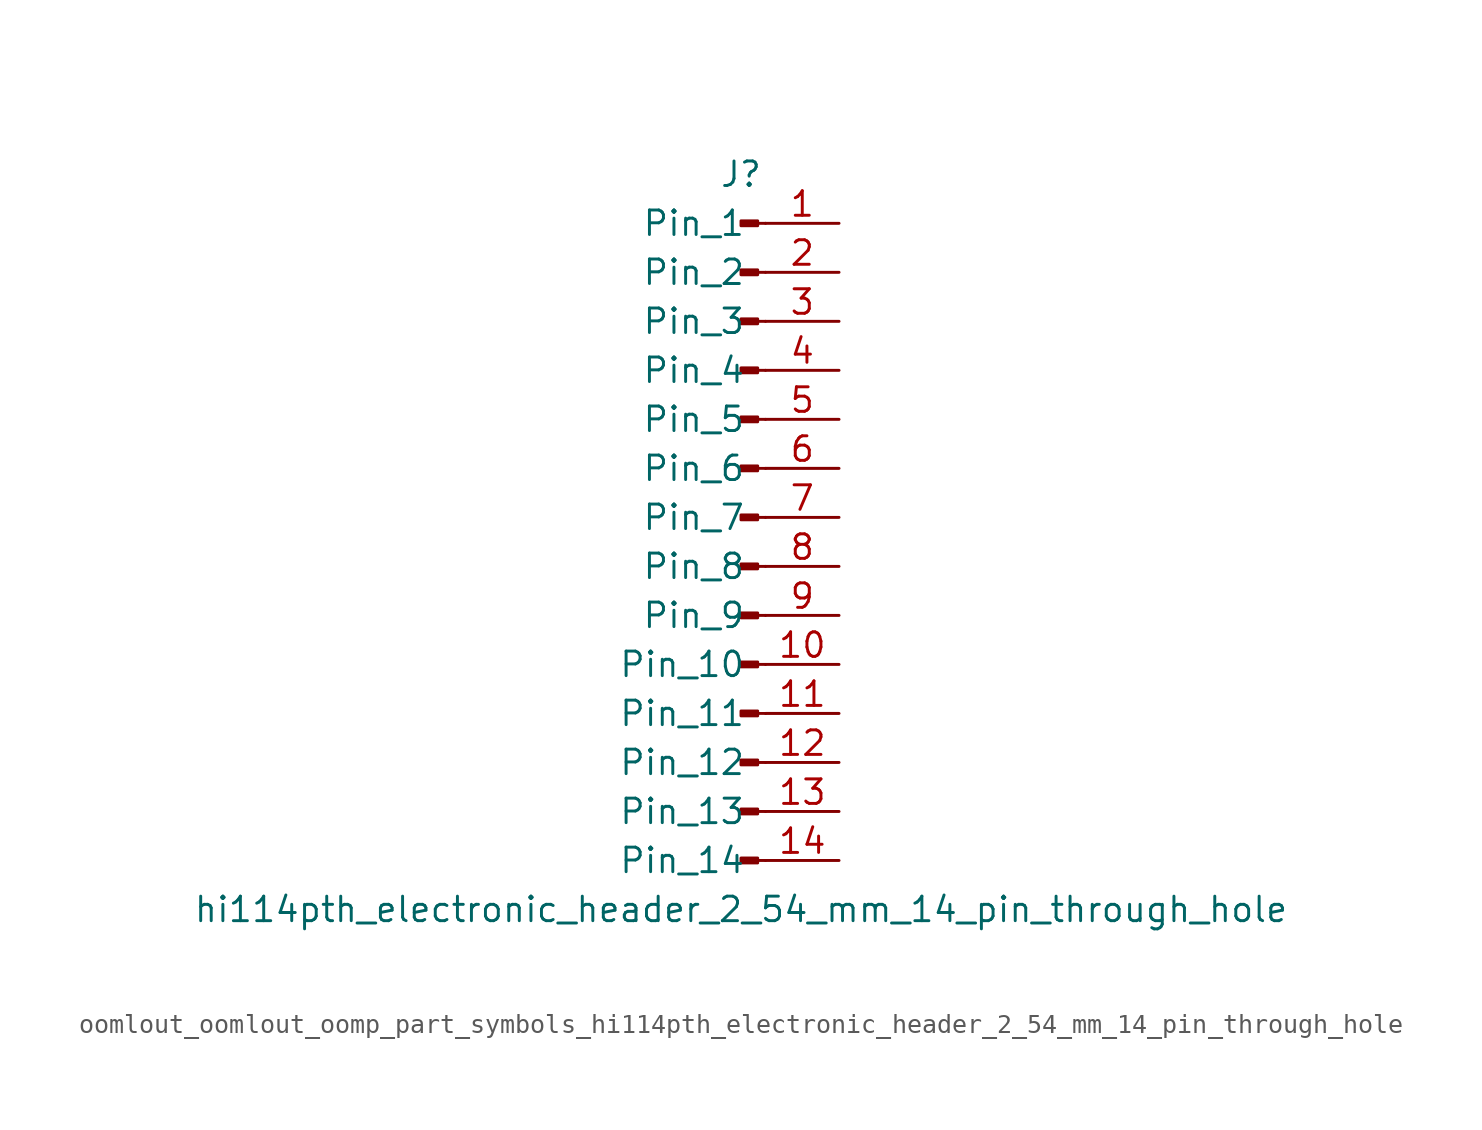
<source format=kicad_sym>
(kicad_symbol_lib
  (version 20220914)
  (generator kicad_symbol_editor)
  (symbol "oomlout_oomlout_oomp_part_symbols_hi114pth_electronic_header_2_54_mm_14_pin_through_hole"
    (pin_names
      (offset 1.016))
    (property "Reference" "J"
      (at 0 17.78 0)
      (effects (font (size 1.27 1.27))))
    (property "Value" "hi114pth_electronic_header_2_54_mm_14_pin_through_hole"
      (at 0 -20.32 0)
      (effects (font (size 1.27 1.27))))
    (property "ki_locked" ""
      (at 0 0 0)
      (effects (font (size 1.27 1.27))))
    (symbol "oomlout_oomlout_oomp_part_symbols_hi114pth_electronic_header_2_54_mm_14_pin_through_hole_1_1"
      (polyline (pts (xy 1.27 -17.78) (xy 0.864 -17.78)) (stroke (width 0.152) (type default)) (fill (type none)))
      (polyline (pts (xy 1.27 -15.24) (xy 0.864 -15.24)) (stroke (width 0.152) (type default)) (fill (type none)))
      (polyline (pts (xy 1.27 -12.7) (xy 0.864 -12.7)) (stroke (width 0.152) (type default)) (fill (type none)))
      (polyline (pts (xy 1.27 -10.16) (xy 0.864 -10.16)) (stroke (width 0.152) (type default)) (fill (type none)))
      (polyline (pts (xy 1.27 -7.62) (xy 0.864 -7.62)) (stroke (width 0.152) (type default)) (fill (type none)))
      (polyline (pts (xy 1.27 -5.08) (xy 0.864 -5.08)) (stroke (width 0.152) (type default)) (fill (type none)))
      (polyline (pts (xy 1.27 -2.54) (xy 0.864 -2.54)) (stroke (width 0.152) (type default)) (fill (type none)))
      (polyline (pts (xy 1.27 0) (xy 0.864 0)) (stroke (width 0.152) (type default)) (fill (type none)))
      (polyline (pts (xy 1.27 2.54) (xy 0.864 2.54)) (stroke (width 0.152) (type default)) (fill (type none)))
      (polyline (pts (xy 1.27 5.08) (xy 0.864 5.08)) (stroke (width 0.152) (type default)) (fill (type none)))
      (polyline (pts (xy 1.27 7.62) (xy 0.864 7.62)) (stroke (width 0.152) (type default)) (fill (type none)))
      (polyline (pts (xy 1.27 10.16) (xy 0.864 10.16)) (stroke (width 0.152) (type default)) (fill (type none)))
      (polyline (pts (xy 1.27 12.7) (xy 0.864 12.7)) (stroke (width 0.152) (type default)) (fill (type none)))
      (polyline (pts (xy 1.27 15.24) (xy 0.864 15.24)) (stroke (width 0.152) (type default)) (fill (type none)))
      (rectangle (start 0.864 -17.653) (end 0 -17.907) (stroke (width 0.152) (type default)) (fill (type outline)))
      (rectangle (start 0.864 -15.113) (end 0 -15.367) (stroke (width 0.152) (type default)) (fill (type outline)))
      (rectangle (start 0.864 -12.573) (end 0 -12.827) (stroke (width 0.152) (type default)) (fill (type outline)))
      (rectangle (start 0.864 -10.033) (end 0 -10.287) (stroke (width 0.152) (type default)) (fill (type outline)))
      (rectangle (start 0.864 -7.493) (end 0 -7.747) (stroke (width 0.152) (type default)) (fill (type outline)))
      (rectangle (start 0.864 -4.953) (end 0 -5.207) (stroke (width 0.152) (type default)) (fill (type outline)))
      (rectangle (start 0.864 -2.413) (end 0 -2.667) (stroke (width 0.152) (type default)) (fill (type outline)))
      (rectangle (start 0.864 0.127) (end 0 -0.127) (stroke (width 0.152) (type default)) (fill (type outline)))
      (rectangle (start 0.864 2.667) (end 0 2.413) (stroke (width 0.152) (type default)) (fill (type outline)))
      (rectangle (start 0.864 5.207) (end 0 4.953) (stroke (width 0.152) (type default)) (fill (type outline)))
      (rectangle (start 0.864 7.747) (end 0 7.493) (stroke (width 0.152) (type default)) (fill (type outline)))
      (rectangle (start 0.864 10.287) (end 0 10.033) (stroke (width 0.152) (type default)) (fill (type outline)))
      (rectangle (start 0.864 12.827) (end 0 12.573) (stroke (width 0.152) (type default)) (fill (type outline)))
      (rectangle (start 0.864 15.367) (end 0 15.113) (stroke (width 0.152) (type default)) (fill (type outline)))
      (pin passive line (at 5.08 15.24 180) (length 3.81) (name "Pin_1" (effects (font (size 1.27 1.27)))) (number "1" (effects (font (size 1.27 1.27)))))
      (pin passive line (at 5.08 -7.62 180) (length 3.81) (name "Pin_10" (effects (font (size 1.27 1.27)))) (number "10" (effects (font (size 1.27 1.27)))))
      (pin passive line (at 5.08 -10.16 180) (length 3.81) (name "Pin_11" (effects (font (size 1.27 1.27)))) (number "11" (effects (font (size 1.27 1.27)))))
      (pin passive line (at 5.08 -12.7 180) (length 3.81) (name "Pin_12" (effects (font (size 1.27 1.27)))) (number "12" (effects (font (size 1.27 1.27)))))
      (pin passive line (at 5.08 -15.24 180) (length 3.81) (name "Pin_13" (effects (font (size 1.27 1.27)))) (number "13" (effects (font (size 1.27 1.27)))))
      (pin passive line (at 5.08 -17.78 180) (length 3.81) (name "Pin_14" (effects (font (size 1.27 1.27)))) (number "14" (effects (font (size 1.27 1.27)))))
      (pin passive line (at 5.08 12.7 180) (length 3.81) (name "Pin_2" (effects (font (size 1.27 1.27)))) (number "2" (effects (font (size 1.27 1.27)))))
      (pin passive line (at 5.08 10.16 180) (length 3.81) (name "Pin_3" (effects (font (size 1.27 1.27)))) (number "3" (effects (font (size 1.27 1.27)))))
      (pin passive line (at 5.08 7.62 180) (length 3.81) (name "Pin_4" (effects (font (size 1.27 1.27)))) (number "4" (effects (font (size 1.27 1.27)))))
      (pin passive line (at 5.08 5.08 180) (length 3.81) (name "Pin_5" (effects (font (size 1.27 1.27)))) (number "5" (effects (font (size 1.27 1.27)))))
      (pin passive line (at 5.08 2.54 180) (length 3.81) (name "Pin_6" (effects (font (size 1.27 1.27)))) (number "6" (effects (font (size 1.27 1.27)))))
      (pin passive line (at 5.08 0 180) (length 3.81) (name "Pin_7" (effects (font (size 1.27 1.27)))) (number "7" (effects (font (size 1.27 1.27)))))
      (pin passive line (at 5.08 -2.54 180) (length 3.81) (name "Pin_8" (effects (font (size 1.27 1.27)))) (number "8" (effects (font (size 1.27 1.27)))))
      (pin passive line (at 5.08 -5.08 180) (length 3.81) (name "Pin_9" (effects (font (size 1.27 1.27)))) (number "9" (effects (font (size 1.27 1.27))))))))
</source>
